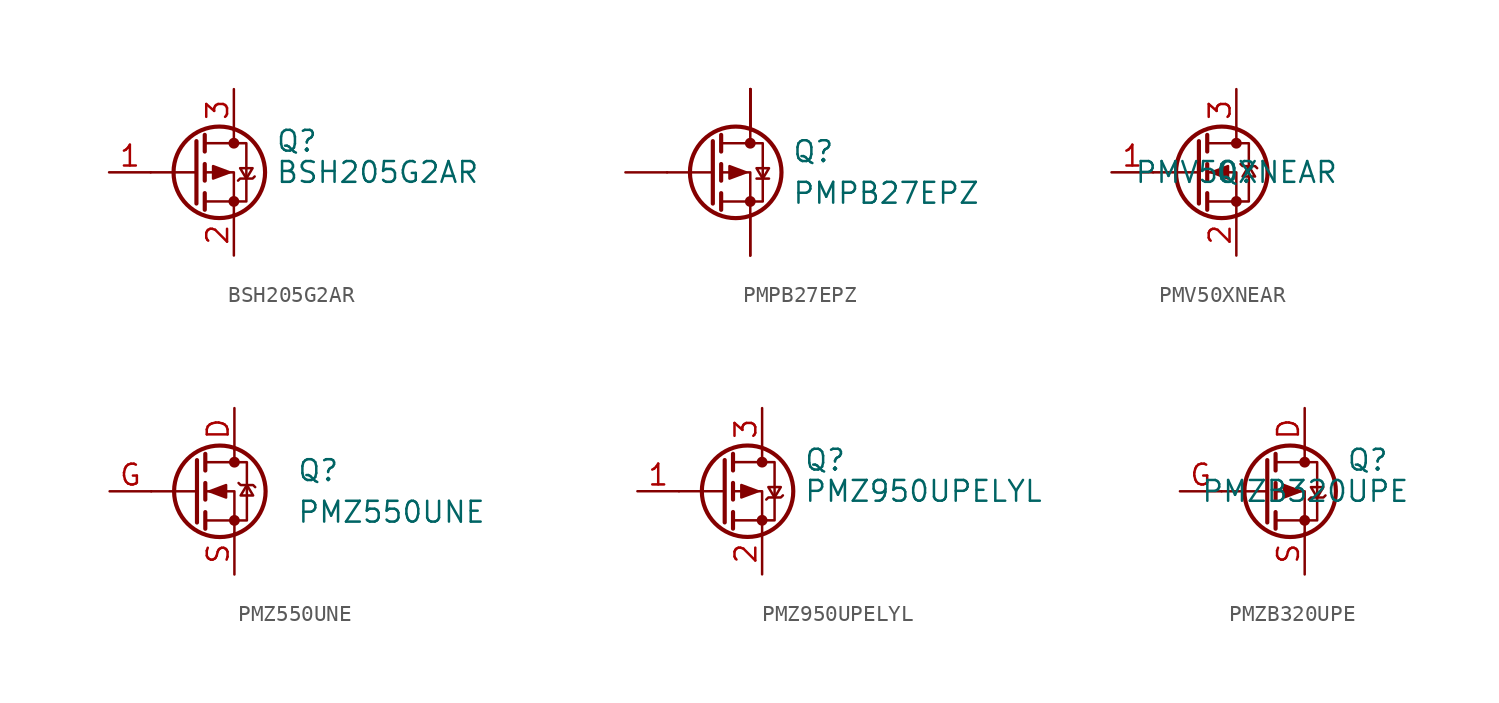
<source format=kicad_sym>
(kicad_symbol_lib
  (version 20241209)
  (generator "kicad_symbol_editor")
  (generator_version "9.0")
  (symbol "BSH205G2AR"
    (pin_names
      (hide yes))
    (property "Reference" "Q"
      (at 2.54 1.905 0)
      (effects (font (size 1.27 1.27)) (justify left)))
    (property "Value" "BSH205G2AR"
      (at 2.54 0 0)
      (effects (font (size 1.27 1.27)) (justify left)))
    (symbol "BSH205G2AR_0_1"
      (polyline (pts (xy -2.286 1.905) (xy -2.286 -1.905)) (stroke (width 0.254) (type solid)) (fill (type none)))
      (polyline (pts (xy -2.286 0) (xy -5.08 0)) (stroke (width 0) (type solid)) (fill (type none)))
      (polyline (pts (xy -1.778 2.286) (xy -1.778 1.27)) (stroke (width 0.254) (type solid)) (fill (type none)))
      (polyline (pts (xy -1.778 1.778) (xy 0.762 1.778) (xy 0.762 -1.778) (xy -1.778 -1.778)) (stroke (width 0) (type solid)) (fill (type none)))
      (polyline (pts (xy -1.778 0.508) (xy -1.778 -0.508)) (stroke (width 0.254) (type solid)) (fill (type none)))
      (polyline (pts (xy -1.778 -1.27) (xy -1.778 -2.286)) (stroke (width 0.254) (type solid)) (fill (type none)))
      (circle (center -0.889 0) (radius 2.794) (stroke (width 0.254) (type solid)) (fill (type none)))
      (polyline (pts (xy -0.254 0) (xy -1.27 0.381) (xy -1.27 -0.381) (xy -0.254 0)) (stroke (width 0) (type solid)) (fill (type outline)))
      (polyline (pts (xy 0 2.54) (xy 0 1.778)) (stroke (width 0) (type solid)) (fill (type none)))
      (circle (center 0 1.778) (radius 0.254) (stroke (width 0) (type solid)) (fill (type outline)))
      (circle (center 0 -1.778) (radius 0.254) (stroke (width 0) (type solid)) (fill (type outline)))
      (polyline (pts (xy 0 -2.54) (xy 0 0) (xy -1.778 0)) (stroke (width 0) (type solid)) (fill (type none)))
      (polyline (pts (xy 0.254 -0.508) (xy 0.381 -0.381) (xy 1.143 -0.381) (xy 1.27 -0.254)) (stroke (width 0) (type solid)) (fill (type none)))
      (polyline (pts (xy 0.762 -0.381) (xy 0.381 0.254) (xy 1.143 0.254) (xy 0.762 -0.381)) (stroke (width 0) (type solid)) (fill (type none))))
    (symbol "BSH205G2AR_1_1"
      (pin input line (at -7.62 0 0) (length 2.54) (name "G" (effects (font (size 1.27 1.27)))) (number "1" (effects (font (size 1.27 1.27)))))
      (pin passive line (at 0 5.08 270) (length 2.54) (name "D" (effects (font (size 1.27 1.27)))) (number "3" (effects (font (size 1.27 1.27)))))
      (pin passive line (at 0 -5.08 90) (length 2.54) (name "S" (effects (font (size 1.27 1.27)))) (number "2" (effects (font (size 1.27 1.27)))))))
  (symbol "PMPB27EPZ"
    (pin_numbers
      (hide yes))
    (pin_names
      (offset 0)
      (hide yes))
    (property "Reference" "Q"
      (at 5.08 1.27 0)
      (effects (font (size 1.27 1.27)) (justify left)))
    (property "Value" "PMPB27EPZ"
      (at 5.08 -1.27 0)
      (effects (font (size 1.27 1.27)) (justify left)))
    (symbol "PMPB27EPZ_0_1"
      (polyline (pts (xy 0.254 1.905) (xy 0.254 -1.905)) (stroke (width 0.254) (type default)) (fill (type none)))
      (polyline (pts (xy 0.254 0) (xy -2.54 0)) (stroke (width 0) (type default)) (fill (type none)))
      (polyline (pts (xy 0.762 2.286) (xy 0.762 1.27)) (stroke (width 0.254) (type default)) (fill (type none)))
      (polyline (pts (xy 0.762 1.778) (xy 3.302 1.778) (xy 3.302 -1.778) (xy 0.762 -1.778)) (stroke (width 0) (type default)) (fill (type none)))
      (polyline (pts (xy 0.762 0.508) (xy 0.762 -0.508)) (stroke (width 0.254) (type default)) (fill (type none)))
      (polyline (pts (xy 0.762 -1.27) (xy 0.762 -2.286)) (stroke (width 0.254) (type default)) (fill (type none)))
      (circle (center 1.651 0) (radius 2.794) (stroke (width 0.254) (type default)) (fill (type none)))
      (polyline (pts (xy 2.286 0) (xy 1.27 0.381) (xy 1.27 -0.381) (xy 2.286 0)) (stroke (width 0) (type default)) (fill (type outline)))
      (polyline (pts (xy 2.54 2.54) (xy 2.54 1.778)) (stroke (width 0) (type default)) (fill (type none)))
      (circle (center 2.54 1.778) (radius 0.254) (stroke (width 0) (type default)) (fill (type outline)))
      (circle (center 2.54 -1.778) (radius 0.254) (stroke (width 0) (type default)) (fill (type outline)))
      (polyline (pts (xy 2.54 -2.54) (xy 2.54 0) (xy 0.762 0)) (stroke (width 0) (type default)) (fill (type none)))
      (polyline (pts (xy 2.921 -0.381) (xy 3.683 -0.381)) (stroke (width 0) (type default)) (fill (type none)))
      (polyline (pts (xy 3.302 -0.381) (xy 2.921 0.254) (xy 3.683 0.254) (xy 3.302 -0.381)) (stroke (width 0) (type default)) (fill (type none))))
    (symbol "PMPB27EPZ_1_1"
      (pin input line (at -5.08 0 0) (length 2.54) (name "G" (effects (font (size 1.27 1.27)))) (number "3" (effects (font (size 1.27 1.27)))))
      (pin passive line (at 2.54 5.08 270) (length 2.54) (name "D" (effects (font (size 1.27 1.27)))) (number "1" (effects (font (size 1.27 1.27)))))
      (pin passive line (at 2.54 5.08 270) (length 2.54) (name "D" (effects (font (size 1.27 1.27)))) (number "2" (effects (font (size 1.27 1.27)))))
      (pin passive line (at 2.54 5.08 270) (length 2.54) (name "D" (effects (font (size 1.27 1.27)))) (number "5" (effects (font (size 1.27 1.27)))))
      (pin passive line (at 2.54 5.08 270) (length 2.54) (name "D" (effects (font (size 1.27 1.27)))) (number "6" (effects (font (size 1.27 1.27)))))
      (pin passive line (at 2.54 5.08 270) (length 2.54) (name "D" (effects (font (size 1.27 1.27)))) (number "EP" (effects (font (size 1.27 1.27)))))
      (pin passive line (at 2.54 -5.08 90) (length 2.54) (name "S" (effects (font (size 1.27 1.27)))) (number "4" (effects (font (size 1.27 1.27)))))
      (pin passive line (at 2.54 -5.08 90) (length 2.54) (name "S" (effects (font (size 1.27 1.27)))) (number "8" (effects (font (size 1.27 1.27)))))))
  (symbol "PMV50XNEAR"
    (pin_names
      (hide yes))
    (property "Reference" "Q"
      (at 0 0 0)
      (effects (font (size 1.27 1.27))))
    (property "Value" "PMV50XNEAR"
      (at 0 0 0)
      (effects (font (size 1.27 1.27))))
    (symbol "PMV50XNEAR_0_1"
      (polyline (pts (xy -2.286 1.905) (xy -2.286 -1.905)) (stroke (width 0.254) (type default)) (fill (type none)))
      (polyline (pts (xy -2.286 0) (xy -5.08 0)) (stroke (width 0) (type default)) (fill (type none)))
      (polyline (pts (xy -1.778 2.286) (xy -1.778 1.27)) (stroke (width 0.254) (type default)) (fill (type none)))
      (polyline (pts (xy -1.778 0.508) (xy -1.778 -0.508)) (stroke (width 0.254) (type default)) (fill (type none)))
      (polyline (pts (xy -1.778 -1.27) (xy -1.778 -2.286)) (stroke (width 0.254) (type default)) (fill (type none)))
      (polyline (pts (xy -1.778 -1.778) (xy 0.762 -1.778) (xy 0.762 1.778) (xy -1.778 1.778)) (stroke (width 0) (type default)) (fill (type none)))
      (polyline (pts (xy -1.524 0) (xy -0.508 0.381) (xy -0.508 -0.381) (xy -1.524 0)) (stroke (width 0) (type default)) (fill (type outline)))
      (circle (center -0.889 0) (radius 2.794) (stroke (width 0.254) (type default)) (fill (type none)))
      (polyline (pts (xy 0 2.54) (xy 0 1.778)) (stroke (width 0) (type default)) (fill (type none)))
      (circle (center 0 1.778) (radius 0.254) (stroke (width 0) (type default)) (fill (type outline)))
      (circle (center 0 -1.778) (radius 0.254) (stroke (width 0) (type default)) (fill (type outline)))
      (polyline (pts (xy 0 -2.54) (xy 0 0) (xy -1.778 0)) (stroke (width 0) (type default)) (fill (type none)))
      (polyline (pts (xy 0.254 0.508) (xy 0.381 0.381) (xy 1.143 0.381) (xy 1.27 0.254)) (stroke (width 0) (type default)) (fill (type none)))
      (polyline (pts (xy 0.762 0.381) (xy 0.381 -0.254) (xy 1.143 -0.254) (xy 0.762 0.381)) (stroke (width 0) (type default)) (fill (type none))))
    (symbol "PMV50XNEAR_1_1"
      (pin input line (at -7.62 0 0) (length 2.54) (name "G" (effects (font (size 1.27 1.27)))) (number "1" (effects (font (size 1.27 1.27)))))
      (pin passive line (at 0 5.08 270) (length 2.54) (name "D" (effects (font (size 1.27 1.27)))) (number "3" (effects (font (size 1.27 1.27)))))
      (pin passive line (at 0 -5.08 90) (length 2.54) (name "S" (effects (font (size 1.27 1.27)))) (number "2" (effects (font (size 1.27 1.27)))))))
  (symbol "PMZ550UNE"
    (pin_names
      (hide yes))
    (property "Reference" "Q"
      (at 6.35 1.27 0)
      (effects (font (size 1.27 1.27)) (justify left)))
    (property "Value" "PMZ550UNE"
      (at 6.35 -1.27 0)
      (effects (font (size 1.27 1.27)) (justify left)))
    (symbol "PMZ550UNE_0_1"
      (polyline (pts (xy 0.254 1.905) (xy 0.254 -1.905)) (stroke (width 0.254) (type default)) (fill (type none)))
      (polyline (pts (xy 0.254 0) (xy -2.54 0)) (stroke (width 0) (type default)) (fill (type none)))
      (polyline (pts (xy 0.762 2.286) (xy 0.762 1.27)) (stroke (width 0.254) (type default)) (fill (type none)))
      (polyline (pts (xy 0.762 0.508) (xy 0.762 -0.508)) (stroke (width 0.254) (type default)) (fill (type none)))
      (polyline (pts (xy 0.762 -1.27) (xy 0.762 -2.286)) (stroke (width 0.254) (type default)) (fill (type none)))
      (polyline (pts (xy 0.762 -1.778) (xy 3.302 -1.778) (xy 3.302 1.778) (xy 0.762 1.778)) (stroke (width 0) (type default)) (fill (type none)))
      (polyline (pts (xy 1.016 0) (xy 2.032 0.381) (xy 2.032 -0.381) (xy 1.016 0)) (stroke (width 0) (type default)) (fill (type outline)))
      (circle (center 1.651 0) (radius 2.794) (stroke (width 0.254) (type default)) (fill (type none)))
      (polyline (pts (xy 2.54 2.54) (xy 2.54 1.778)) (stroke (width 0) (type default)) (fill (type none)))
      (circle (center 2.54 1.778) (radius 0.254) (stroke (width 0) (type default)) (fill (type outline)))
      (circle (center 2.54 -1.778) (radius 0.254) (stroke (width 0) (type default)) (fill (type outline)))
      (polyline (pts (xy 2.54 -2.54) (xy 2.54 0) (xy 0.762 0)) (stroke (width 0) (type default)) (fill (type none)))
      (polyline (pts (xy 2.794 0.508) (xy 2.921 0.381) (xy 3.683 0.381) (xy 3.81 0.254)) (stroke (width 0) (type default)) (fill (type none)))
      (polyline (pts (xy 3.302 0.381) (xy 2.921 -0.254) (xy 3.683 -0.254) (xy 3.302 0.381)) (stroke (width 0) (type default)) (fill (type none))))
    (symbol "PMZ550UNE_1_1"
      (pin input line (at -5.08 0 0) (length 2.54) (name "G" (effects (font (size 1.27 1.27)))) (number "G" (effects (font (size 1.27 1.27)))))
      (pin passive line (at 2.54 5.08 270) (length 2.54) (name "D" (effects (font (size 1.27 1.27)))) (number "D" (effects (font (size 1.27 1.27)))))
      (pin passive line (at 2.54 -5.08 90) (length 2.54) (name "S" (effects (font (size 1.27 1.27)))) (number "S" (effects (font (size 1.27 1.27)))))))
  (symbol "PMZ950UPELYL"
    (pin_names
      (hide yes))
    (property "Reference" "Q"
      (at 2.54 1.905 0)
      (effects (font (size 1.27 1.27)) (justify left)))
    (property "Value" "PMZ950UPELYL"
      (at 2.54 0 0)
      (effects (font (size 1.27 1.27)) (justify left)))
    (symbol "PMZ950UPELYL_0_1"
      (polyline (pts (xy -2.286 1.905) (xy -2.286 -1.905)) (stroke (width 0.254) (type solid)) (fill (type none)))
      (polyline (pts (xy -2.286 0) (xy -5.08 0)) (stroke (width 0) (type solid)) (fill (type none)))
      (polyline (pts (xy -1.778 2.286) (xy -1.778 1.27)) (stroke (width 0.254) (type solid)) (fill (type none)))
      (polyline (pts (xy -1.778 1.778) (xy 0.762 1.778) (xy 0.762 -1.778) (xy -1.778 -1.778)) (stroke (width 0) (type solid)) (fill (type none)))
      (polyline (pts (xy -1.778 0.508) (xy -1.778 -0.508)) (stroke (width 0.254) (type solid)) (fill (type none)))
      (polyline (pts (xy -1.778 -1.27) (xy -1.778 -2.286)) (stroke (width 0.254) (type solid)) (fill (type none)))
      (circle (center -0.889 0) (radius 2.794) (stroke (width 0.254) (type solid)) (fill (type none)))
      (polyline (pts (xy -0.254 0) (xy -1.27 0.381) (xy -1.27 -0.381) (xy -0.254 0)) (stroke (width 0) (type solid)) (fill (type outline)))
      (polyline (pts (xy 0 2.54) (xy 0 1.778)) (stroke (width 0) (type solid)) (fill (type none)))
      (circle (center 0 1.778) (radius 0.254) (stroke (width 0) (type solid)) (fill (type outline)))
      (circle (center 0 -1.778) (radius 0.254) (stroke (width 0) (type solid)) (fill (type outline)))
      (polyline (pts (xy 0 -2.54) (xy 0 0) (xy -1.778 0)) (stroke (width 0) (type solid)) (fill (type none)))
      (polyline (pts (xy 0.254 -0.508) (xy 0.381 -0.381) (xy 1.143 -0.381) (xy 1.27 -0.254)) (stroke (width 0) (type solid)) (fill (type none)))
      (polyline (pts (xy 0.762 -0.381) (xy 0.381 0.254) (xy 1.143 0.254) (xy 0.762 -0.381)) (stroke (width 0) (type solid)) (fill (type none))))
    (symbol "PMZ950UPELYL_1_1"
      (pin input line (at -7.62 0 0) (length 2.54) (name "G" (effects (font (size 1.27 1.27)))) (number "1" (effects (font (size 1.27 1.27)))))
      (pin passive line (at 0 5.08 270) (length 2.54) (name "D" (effects (font (size 1.27 1.27)))) (number "3" (effects (font (size 1.27 1.27)))))
      (pin passive line (at 0 -5.08 90) (length 2.54) (name "S" (effects (font (size 1.27 1.27)))) (number "2" (effects (font (size 1.27 1.27)))))))
  (symbol "PMZB320UPE"
    (pin_names
      (hide yes))
    (property "Reference" "Q"
      (at 2.54 1.905 0)
      (effects (font (size 1.27 1.27)) (justify left)))
    (property "Value" "PMZB320UPE"
      (at -6.35 0 0)
      (effects (font (size 1.27 1.27)) (justify left)))
    (symbol "PMZB320UPE_0_1"
      (polyline (pts (xy -2.286 1.905) (xy -2.286 -1.905)) (stroke (width 0.254) (type solid)) (fill (type none)))
      (polyline (pts (xy -2.286 0) (xy -5.08 0)) (stroke (width 0) (type solid)) (fill (type none)))
      (polyline (pts (xy -1.778 2.286) (xy -1.778 1.27)) (stroke (width 0.254) (type solid)) (fill (type none)))
      (polyline (pts (xy -1.778 1.778) (xy 0.762 1.778) (xy 0.762 -1.778) (xy -1.778 -1.778)) (stroke (width 0) (type solid)) (fill (type none)))
      (polyline (pts (xy -1.778 0.508) (xy -1.778 -0.508)) (stroke (width 0.254) (type solid)) (fill (type none)))
      (polyline (pts (xy -1.778 -1.27) (xy -1.778 -2.286)) (stroke (width 0.254) (type solid)) (fill (type none)))
      (circle (center -0.889 0) (radius 2.794) (stroke (width 0.254) (type solid)) (fill (type none)))
      (polyline (pts (xy -0.254 0) (xy -1.27 0.381) (xy -1.27 -0.381) (xy -0.254 0)) (stroke (width 0) (type solid)) (fill (type outline)))
      (polyline (pts (xy 0 2.54) (xy 0 1.778)) (stroke (width 0) (type solid)) (fill (type none)))
      (circle (center 0 1.778) (radius 0.254) (stroke (width 0) (type solid)) (fill (type outline)))
      (circle (center 0 -1.778) (radius 0.254) (stroke (width 0) (type solid)) (fill (type outline)))
      (polyline (pts (xy 0 -2.54) (xy 0 0) (xy -1.778 0)) (stroke (width 0) (type solid)) (fill (type none)))
      (polyline (pts (xy 0.254 -0.508) (xy 0.381 -0.381) (xy 1.143 -0.381) (xy 1.27 -0.254)) (stroke (width 0) (type solid)) (fill (type none)))
      (polyline (pts (xy 0.762 -0.381) (xy 0.381 0.254) (xy 1.143 0.254) (xy 0.762 -0.381)) (stroke (width 0) (type solid)) (fill (type none))))
    (symbol "PMZB320UPE_1_1"
      (pin input line (at -7.62 0 0) (length 2.54) (name "G" (effects (font (size 1.27 1.27)))) (number "G" (effects (font (size 1.27 1.27)))))
      (pin passive line (at 0 5.08 270) (length 2.54) (name "D" (effects (font (size 1.27 1.27)))) (number "D" (effects (font (size 1.27 1.27)))))
      (pin passive line (at 0 -5.08 90) (length 2.54) (name "S" (effects (font (size 1.27 1.27)))) (number "S" (effects (font (size 1.27 1.27))))))))
</source>
